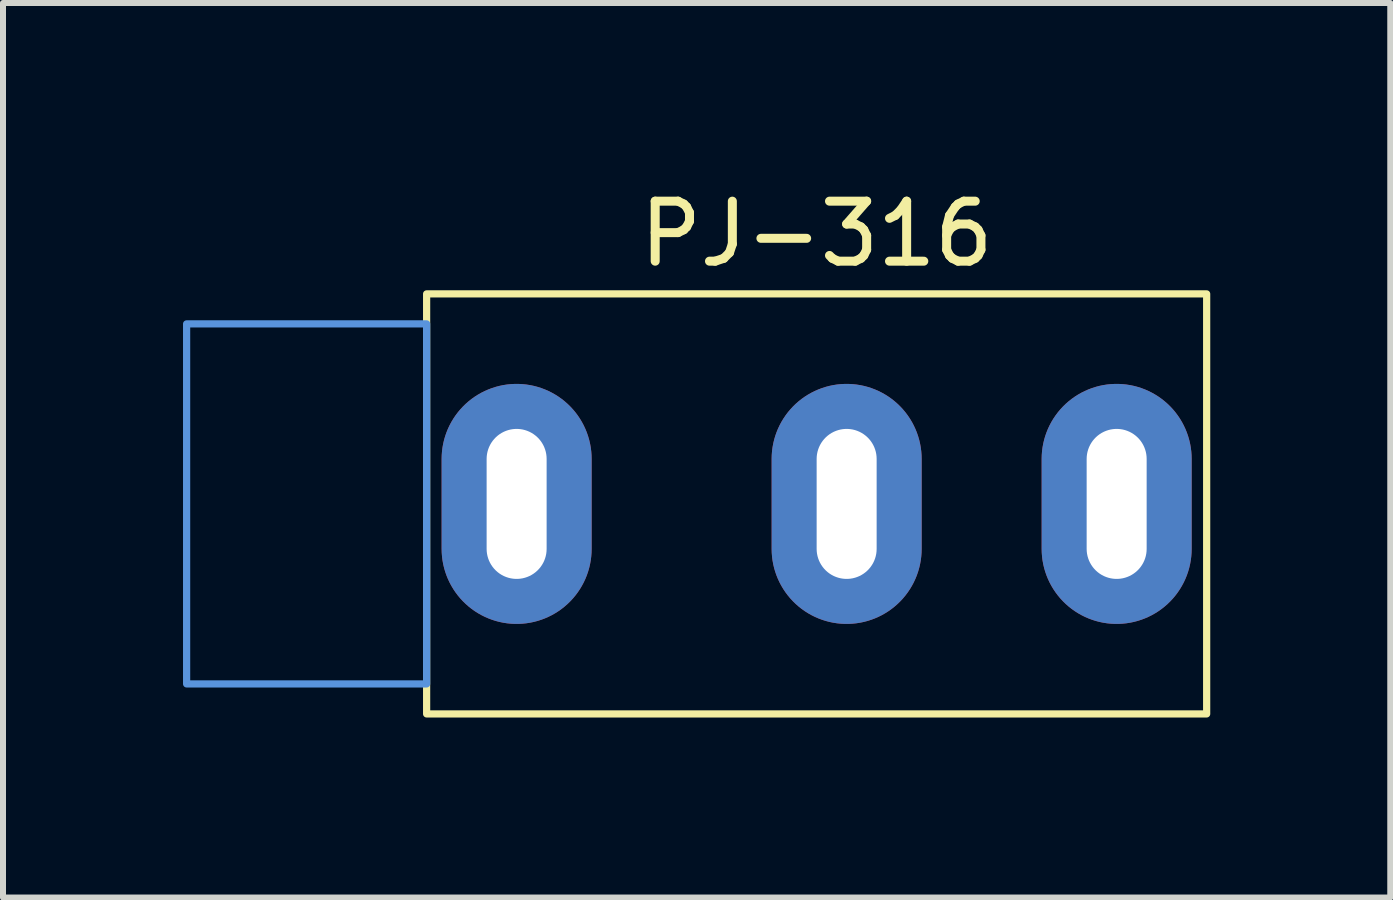
<source format=kicad_pcb>
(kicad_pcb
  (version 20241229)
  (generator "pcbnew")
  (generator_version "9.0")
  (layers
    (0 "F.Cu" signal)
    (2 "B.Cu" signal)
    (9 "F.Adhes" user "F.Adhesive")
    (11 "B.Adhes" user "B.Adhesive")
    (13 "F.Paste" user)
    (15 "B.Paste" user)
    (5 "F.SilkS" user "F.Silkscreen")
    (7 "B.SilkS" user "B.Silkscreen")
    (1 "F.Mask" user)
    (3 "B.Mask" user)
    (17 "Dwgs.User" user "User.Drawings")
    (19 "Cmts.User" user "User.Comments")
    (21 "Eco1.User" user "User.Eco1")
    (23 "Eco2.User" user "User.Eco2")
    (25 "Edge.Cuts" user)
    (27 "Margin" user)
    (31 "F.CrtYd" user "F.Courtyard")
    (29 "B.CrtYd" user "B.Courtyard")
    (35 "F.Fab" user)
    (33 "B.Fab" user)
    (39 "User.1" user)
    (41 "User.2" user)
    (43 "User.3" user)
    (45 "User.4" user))
  (footprint "PJ-316"
    (layer "F.Cu")
    (at 10.56 5.348)
    (property "Reference" "PJ-316" (at 0 -4.5 0) (unlocked yes) (layer "F.SilkS") (effects (font (size 1 1) (thickness 0.15))))
    (attr through_hole)
    (fp_rect (start -6.5 -3.5) (end 6.5 3.5) (stroke (width 0.12) (type default)) (fill no) (layer "F.SilkS"))
    (fp_rect (start -10.5 -3) (end -6.5 3) (stroke (width 0.12) (type default)) (fill no) (layer "Cmts.User"))
    (pad "S" thru_hole oval (at -5 0) (size 2.5 4) (drill oval 1 2.5) (layers "*.Cu" "*.Mask"))
    (pad "T" thru_hole oval (at 0.5 0) (size 2.5 4) (drill oval 1 2.5) (layers "*.Cu" "*.Mask"))
    (pad "TN" thru_hole oval (at 5 0) (size 2.5 4) (drill oval 1 2.5) (layers "*.Cu" "*.Mask")))
  (gr_rect
    (start -3 -3)
    (end 20.12 11.908)
    (stroke (width 0.1) (type default))
    (fill no)
    (layer "Edge.Cuts")))
</source>
